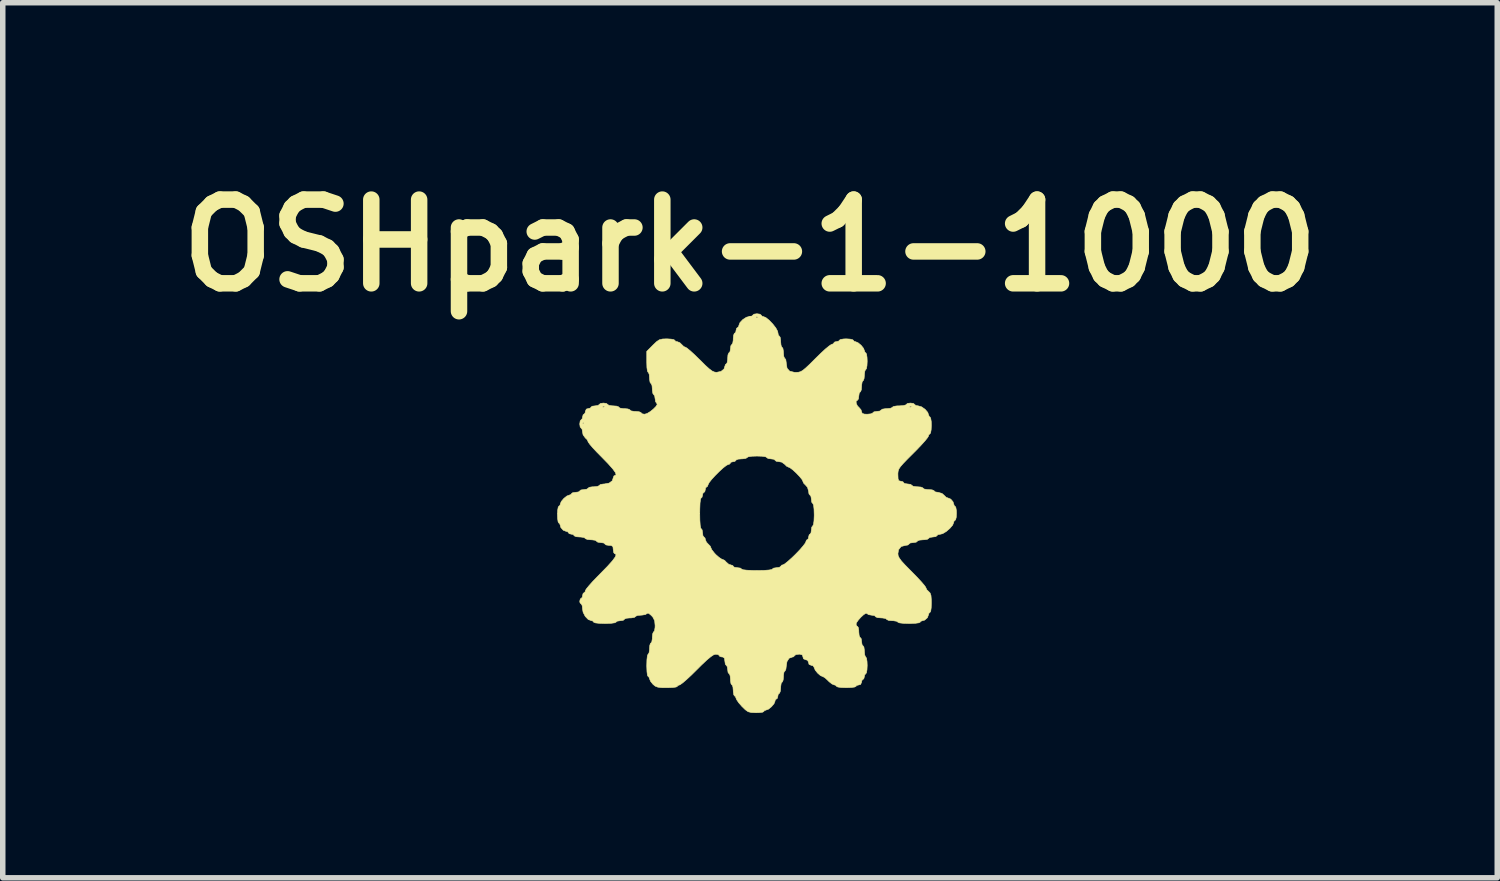
<source format=kicad_pcb>
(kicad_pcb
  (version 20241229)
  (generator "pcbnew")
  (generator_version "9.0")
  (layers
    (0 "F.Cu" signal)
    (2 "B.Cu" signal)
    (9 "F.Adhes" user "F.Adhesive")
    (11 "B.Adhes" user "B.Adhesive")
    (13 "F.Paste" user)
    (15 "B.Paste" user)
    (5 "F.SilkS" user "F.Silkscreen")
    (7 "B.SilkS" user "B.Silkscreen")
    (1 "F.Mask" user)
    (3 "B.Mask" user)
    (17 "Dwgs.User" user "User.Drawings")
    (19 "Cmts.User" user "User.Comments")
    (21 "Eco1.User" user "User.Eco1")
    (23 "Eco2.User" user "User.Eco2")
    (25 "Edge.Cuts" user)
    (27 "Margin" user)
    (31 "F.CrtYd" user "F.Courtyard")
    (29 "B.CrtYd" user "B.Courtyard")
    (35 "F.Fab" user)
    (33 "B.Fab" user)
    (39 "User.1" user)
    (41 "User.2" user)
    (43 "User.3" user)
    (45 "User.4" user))
  (footprint "OSHpark-1-1000"
    (layer "F.Cu")
    (at 10.653 6.268)
    (property "Reference" "OSHpark-1-1000" (at -0.05 -4.85 0) (layer "F.SilkS") (effects (font (size 1.524 1.524) (thickness 0.3))))
    (attr through_hole)
    (fp_poly (pts (xy 0.13 -3.599) (xy 0.152 -3.582) (xy 0.152 -3.581) (xy 0.173 -3.559) (xy 0.191 -3.556) (xy 0.238 -3.537) (xy 0.3 -3.487) (xy 0.364 -3.42) (xy 0.419 -3.35) (xy 0.452 -3.288) (xy 0.457 -3.265) (xy 0.466 -3.217) (xy 0.483 -3.2) (xy 0.499 -3.178) (xy 0.507 -3.122) (xy 0.508 -3.099) (xy 0.514 -3.035) (xy 0.528 -3) (xy 0.533 -2.997) (xy 0.549 -2.975) (xy 0.558 -2.918) (xy 0.559 -2.896) (xy 0.564 -2.832) (xy 0.579 -2.797) (xy 0.584 -2.794) (xy 0.601 -2.772) (xy 0.609 -2.717) (xy 0.61 -2.703) (xy 0.624 -2.615) (xy 0.671 -2.562) (xy 0.755 -2.541) (xy 0.786 -2.54) (xy 0.83 -2.542) (xy 0.869 -2.552) (xy 0.911 -2.576) (xy 0.963 -2.619) (xy 1.035 -2.686) (xy 1.134 -2.785) (xy 1.143 -2.794) (xy 1.237 -2.886) (xy 1.32 -2.963) (xy 1.387 -3.018) (xy 1.428 -3.046) (xy 1.434 -3.048) (xy 1.469 -3.061) (xy 1.473 -3.073) (xy 1.494 -3.094) (xy 1.524 -3.099) (xy 1.565 -3.109) (xy 1.575 -3.124) (xy 1.598 -3.139) (xy 1.656 -3.148) (xy 1.702 -3.15) (xy 1.774 -3.145) (xy 1.82 -3.133) (xy 1.829 -3.124) (xy 1.849 -3.102) (xy 1.868 -3.099) (xy 1.916 -3.079) (xy 1.972 -3.033) (xy 2.016 -2.978) (xy 2.032 -2.935) (xy 2.045 -2.9) (xy 2.057 -2.896) (xy 2.071 -2.872) (xy 2.08 -2.812) (xy 2.083 -2.743) (xy 2.079 -2.662) (xy 2.069 -2.607) (xy 2.057 -2.591) (xy 2.041 -2.568) (xy 2.033 -2.512) (xy 2.032 -2.489) (xy 2.026 -2.426) (xy 2.012 -2.39) (xy 2.007 -2.388) (xy 1.991 -2.365) (xy 1.982 -2.309) (xy 1.981 -2.286) (xy 1.976 -2.222) (xy 1.961 -2.187) (xy 1.956 -2.184) (xy 1.938 -2.162) (xy 1.93 -2.109) (xy 1.93 -2.108) (xy 1.923 -2.055) (xy 1.905 -2.032) (xy 1.905 -2.032) (xy 1.881 -2.014) (xy 1.884 -1.973) (xy 1.907 -1.927) (xy 1.93 -1.905) (xy 1.97 -1.859) (xy 1.981 -1.823) (xy 1.992 -1.793) (xy 2.033 -1.78) (xy 2.083 -1.778) (xy 2.146 -1.784) (xy 2.182 -1.798) (xy 2.184 -1.803) (xy 2.206 -1.821) (xy 2.26 -1.829) (xy 2.261 -1.829) (xy 2.314 -1.836) (xy 2.337 -1.854) (xy 2.337 -1.854) (xy 2.359 -1.87) (xy 2.416 -1.879) (xy 2.438 -1.88) (xy 2.502 -1.885) (xy 2.537 -1.899) (xy 2.54 -1.905) (xy 2.563 -1.919) (xy 2.578 -1.922) (xy 2.853 -1.922) (xy 2.857 -1.907) (xy 2.87 -1.905) (xy 2.891 -1.914) (xy 2.887 -1.922) (xy 2.857 -1.925) (xy 2.853 -1.922) (xy 2.578 -1.922) (xy 2.621 -1.929) (xy 2.667 -1.93) (xy 2.739 -1.935) (xy 2.785 -1.947) (xy 2.794 -1.956) (xy 2.816 -1.974) (xy 2.869 -1.981) (xy 2.87 -1.981) (xy 2.924 -1.974) (xy 2.946 -1.956) (xy 2.946 -1.956) (xy 2.968 -1.937) (xy 3.011 -1.93) (xy 3.073 -1.912) (xy 3.137 -1.867) (xy 3.185 -1.811) (xy 3.2 -1.766) (xy 3.214 -1.732) (xy 3.226 -1.727) (xy 3.239 -1.704) (xy 3.249 -1.644) (xy 3.251 -1.575) (xy 3.247 -1.494) (xy 3.237 -1.439) (xy 3.226 -1.422) (xy 3.203 -1.402) (xy 3.2 -1.383) (xy 3.183 -1.353) (xy 3.136 -1.294) (xy 3.064 -1.214) (xy 2.975 -1.121) (xy 2.921 -1.067) (xy 2.815 -0.961) (xy 2.74 -0.883) (xy 2.69 -0.826) (xy 2.661 -0.783) (xy 2.647 -0.745) (xy 2.642 -0.705) (xy 2.642 -0.674) (xy 2.645 -0.602) (xy 2.658 -0.568) (xy 2.688 -0.559) (xy 2.692 -0.559) (xy 2.734 -0.548) (xy 2.743 -0.533) (xy 2.765 -0.516) (xy 2.818 -0.508) (xy 2.819 -0.508) (xy 2.873 -0.501) (xy 2.896 -0.483) (xy 2.896 -0.483) (xy 2.918 -0.467) (xy 2.974 -0.458) (xy 2.997 -0.457) (xy 3.061 -0.452) (xy 3.096 -0.437) (xy 3.099 -0.432) (xy 3.121 -0.416) (xy 3.178 -0.407) (xy 3.2 -0.406) (xy 3.264 -0.401) (xy 3.299 -0.387) (xy 3.302 -0.381) (xy 3.324 -0.363) (xy 3.373 -0.356) (xy 3.444 -0.336) (xy 3.48 -0.305) (xy 3.521 -0.265) (xy 3.551 -0.254) (xy 3.603 -0.233) (xy 3.645 -0.184) (xy 3.658 -0.142) (xy 3.671 -0.107) (xy 3.683 -0.102) (xy 3.697 -0.079) (xy 3.707 -0.02) (xy 3.708 0.025) (xy 3.704 0.098) (xy 3.692 0.144) (xy 3.683 0.152) (xy 3.661 0.173) (xy 3.658 0.191) (xy 3.638 0.241) (xy 3.587 0.301) (xy 3.522 0.357) (xy 3.457 0.396) (xy 3.417 0.406) (xy 3.369 0.415) (xy 3.353 0.432) (xy 3.331 0.45) (xy 3.278 0.457) (xy 3.277 0.457) (xy 3.223 0.465) (xy 3.2 0.482) (xy 3.2 0.483) (xy 3.178 0.499) (xy 3.122 0.507) (xy 3.099 0.508) (xy 3.035 0.514) (xy 3 0.528) (xy 2.997 0.533) (xy 2.975 0.551) (xy 2.922 0.559) (xy 2.921 0.559) (xy 2.867 0.566) (xy 2.845 0.584) (xy 2.845 0.584) (xy 2.823 0.603) (xy 2.779 0.61) (xy 2.701 0.63) (xy 2.654 0.689) (xy 2.642 0.761) (xy 2.647 0.799) (xy 2.667 0.84) (xy 2.706 0.894) (xy 2.771 0.965) (xy 2.866 1.062) (xy 2.896 1.092) (xy 2.987 1.185) (xy 3.064 1.268) (xy 3.12 1.333) (xy 3.148 1.372) (xy 3.15 1.378) (xy 3.168 1.417) (xy 3.2 1.448) (xy 3.228 1.477) (xy 3.244 1.522) (xy 3.25 1.596) (xy 3.251 1.657) (xy 3.248 1.746) (xy 3.239 1.807) (xy 3.226 1.829) (xy 3.204 1.849) (xy 3.2 1.869) (xy 3.179 1.926) (xy 3.129 1.97) (xy 3.088 1.981) (xy 3.053 1.994) (xy 3.048 2.007) (xy 3.024 2.019) (xy 2.959 2.028) (xy 2.863 2.032) (xy 2.845 2.032) (xy 2.744 2.029) (xy 2.673 2.021) (xy 2.642 2.009) (xy 2.642 2.007) (xy 2.619 1.991) (xy 2.563 1.982) (xy 2.54 1.981) (xy 2.476 1.976) (xy 2.441 1.961) (xy 2.438 1.956) (xy 2.416 1.94) (xy 2.36 1.931) (xy 2.337 1.93) (xy 2.273 1.925) (xy 2.238 1.911) (xy 2.235 1.905) (xy 2.213 1.887) (xy 2.161 1.88) (xy 2.105 1.87) (xy 2.077 1.849) (xy 2.056 1.846) (xy 2.016 1.873) (xy 1.967 1.918) (xy 1.921 1.97) (xy 1.888 2.017) (xy 1.88 2.044) (xy 1.893 2.078) (xy 1.905 2.083) (xy 1.921 2.105) (xy 1.93 2.162) (xy 1.93 2.184) (xy 1.936 2.248) (xy 1.95 2.283) (xy 1.956 2.286) (xy 1.974 2.308) (xy 1.981 2.361) (xy 1.981 2.362) (xy 1.989 2.416) (xy 2.006 2.438) (xy 2.007 2.438) (xy 2.023 2.461) (xy 2.031 2.517) (xy 2.032 2.54) (xy 2.038 2.604) (xy 2.052 2.639) (xy 2.057 2.642) (xy 2.071 2.665) (xy 2.08 2.725) (xy 2.083 2.794) (xy 2.079 2.875) (xy 2.069 2.93) (xy 2.057 2.946) (xy 2.037 2.968) (xy 2.032 2.997) (xy 2.021 3.038) (xy 2.007 3.048) (xy 1.986 3.069) (xy 1.981 3.099) (xy 1.963 3.141) (xy 1.93 3.15) (xy 1.889 3.16) (xy 1.88 3.175) (xy 1.856 3.188) (xy 1.793 3.197) (xy 1.702 3.2) (xy 1.702 3.2) (xy 1.611 3.197) (xy 1.548 3.188) (xy 1.524 3.175) (xy 1.524 3.175) (xy 1.503 3.153) (xy 1.483 3.15) (xy 1.441 3.132) (xy 1.387 3.089) (xy 1.372 3.073) (xy 1.32 3.025) (xy 1.279 2.999) (xy 1.271 2.997) (xy 1.23 2.978) (xy 1.179 2.933) (xy 1.136 2.879) (xy 1.118 2.834) (xy 1.118 2.833) (xy 1.096 2.801) (xy 1.067 2.794) (xy 1.024 2.776) (xy 1.016 2.743) (xy 0.998 2.701) (xy 0.965 2.692) (xy 0.923 2.674) (xy 0.914 2.642) (xy 0.902 2.604) (xy 0.858 2.591) (xy 0.838 2.591) (xy 0.785 2.598) (xy 0.762 2.616) (xy 0.762 2.616) (xy 0.741 2.638) (xy 0.722 2.642) (xy 0.661 2.664) (xy 0.622 2.726) (xy 0.61 2.805) (xy 0.603 2.864) (xy 0.588 2.895) (xy 0.584 2.896) (xy 0.568 2.918) (xy 0.559 2.974) (xy 0.559 2.997) (xy 0.553 3.061) (xy 0.539 3.096) (xy 0.533 3.099) (xy 0.517 3.121) (xy 0.509 3.178) (xy 0.508 3.2) (xy 0.502 3.264) (xy 0.488 3.299) (xy 0.483 3.302) (xy 0.462 3.323) (xy 0.457 3.353) (xy 0.447 3.394) (xy 0.432 3.404) (xy 0.409 3.424) (xy 0.406 3.443) (xy 0.387 3.491) (xy 0.341 3.546) (xy 0.286 3.591) (xy 0.242 3.607) (xy 0.208 3.62) (xy 0.203 3.632) (xy 0.18 3.646) (xy 0.12 3.654) (xy 0.057 3.656) (xy -0.027 3.652) (xy -0.084 3.638) (xy -0.134 3.603) (xy -0.197 3.542) (xy -0.254 3.477) (xy -0.293 3.42) (xy -0.305 3.391) (xy -0.318 3.357) (xy -0.33 3.353) (xy -0.346 3.33) (xy -0.355 3.274) (xy -0.356 3.251) (xy -0.361 3.188) (xy -0.375 3.152) (xy -0.381 3.15) (xy -0.397 3.127) (xy -0.406 3.071) (xy -0.406 3.048) (xy -0.412 2.984) (xy -0.426 2.949) (xy -0.432 2.946) (xy -0.45 2.924) (xy -0.457 2.871) (xy -0.457 2.87) (xy -0.465 2.817) (xy -0.482 2.794) (xy -0.483 2.794) (xy -0.5 2.772) (xy -0.508 2.719) (xy -0.508 2.718) (xy -0.516 2.662) (xy -0.546 2.642) (xy -0.559 2.642) (xy -0.6 2.631) (xy -0.61 2.616) (xy -0.631 2.597) (xy -0.674 2.591) (xy -0.711 2.601) (xy -0.763 2.635) (xy -0.836 2.696) (xy -0.935 2.789) (xy -1.016 2.87) (xy -1.114 2.967) (xy -1.202 3.049) (xy -1.273 3.11) (xy -1.32 3.144) (xy -1.333 3.15) (xy -1.367 3.163) (xy -1.372 3.175) (xy -1.395 3.188) (xy -1.459 3.197) (xy -1.554 3.2) (xy -1.563 3.2) (xy -1.665 3.199) (xy -1.731 3.19) (xy -1.776 3.172) (xy -1.814 3.141) (xy -1.817 3.138) (xy -1.86 3.085) (xy -1.879 3.039) (xy -1.88 3.036) (xy -1.893 3.002) (xy -1.905 2.997) (xy -1.918 2.973) (xy -1.926 2.909) (xy -1.93 2.812) (xy -1.93 2.794) (xy -1.927 2.693) (xy -1.919 2.623) (xy -1.907 2.591) (xy -1.905 2.591) (xy -1.889 2.568) (xy -1.88 2.512) (xy -1.88 2.489) (xy -1.874 2.426) (xy -1.86 2.39) (xy -1.854 2.388) (xy -1.838 2.365) (xy -1.829 2.309) (xy -1.829 2.286) (xy -1.823 2.222) (xy -1.809 2.187) (xy -1.803 2.184) (xy -1.788 2.162) (xy -1.779 2.104) (xy -1.778 2.069) (xy -1.786 1.982) (xy -1.817 1.919) (xy -1.846 1.886) (xy -1.896 1.845) (xy -1.922 1.845) (xy -1.924 1.849) (xy -1.954 1.869) (xy -2.016 1.879) (xy -2.034 1.88) (xy -2.097 1.885) (xy -2.131 1.9) (xy -2.134 1.905) (xy -2.156 1.921) (xy -2.212 1.93) (xy -2.235 1.93) (xy -2.299 1.936) (xy -2.334 1.95) (xy -2.337 1.956) (xy -2.359 1.974) (xy -2.412 1.981) (xy -2.413 1.981) (xy -2.467 1.989) (xy -2.489 2.006) (xy -2.489 2.007) (xy -2.513 2.019) (xy -2.578 2.028) (xy -2.674 2.032) (xy -2.692 2.032) (xy -2.793 2.029) (xy -2.864 2.021) (xy -2.895 2.009) (xy -2.896 2.007) (xy -2.916 1.984) (xy -2.935 1.981) (xy -2.995 1.959) (xy -3.05 1.902) (xy -3.089 1.826) (xy -3.099 1.766) (xy -3.105 1.707) (xy -3.121 1.677) (xy -3.124 1.676) (xy -3.145 1.655) (xy -3.15 1.626) (xy -3.139 1.584) (xy -3.124 1.575) (xy -3.104 1.554) (xy -3.099 1.524) (xy -3.088 1.483) (xy -3.073 1.473) (xy -3.051 1.453) (xy -3.048 1.434) (xy -3.031 1.404) (xy -2.983 1.345) (xy -2.912 1.265) (xy -2.822 1.172) (xy -2.769 1.118) (xy -2.643 0.989) (xy -2.555 0.891) (xy -2.504 0.821) (xy -2.488 0.779) (xy -2.507 0.762) (xy -2.515 0.762) (xy -2.532 0.74) (xy -2.54 0.687) (xy -2.54 0.686) (xy -2.546 0.632) (xy -2.576 0.612) (xy -2.616 0.61) (xy -2.67 0.602) (xy -2.692 0.585) (xy -2.692 0.584) (xy -2.714 0.566) (xy -2.768 0.559) (xy -2.769 0.559) (xy -2.822 0.551) (xy -2.845 0.534) (xy -2.845 0.533) (xy -2.867 0.517) (xy -2.924 0.509) (xy -2.946 0.508) (xy -3.01 0.502) (xy -3.045 0.488) (xy -3.048 0.483) (xy -3.071 0.467) (xy -3.127 0.458) (xy -3.15 0.457) (xy -3.213 0.452) (xy -3.249 0.437) (xy -3.251 0.432) (xy -3.272 0.411) (xy -3.302 0.406) (xy -3.343 0.396) (xy -3.353 0.381) (xy -3.373 0.359) (xy -3.393 0.356) (xy -3.45 0.334) (xy -3.494 0.284) (xy -3.505 0.243) (xy -3.518 0.208) (xy -3.531 0.203) (xy -3.544 0.18) (xy -3.553 0.12) (xy -3.556 0.051) (xy -3.555 0.025) (xy -0.965 0.025) (xy -0.963 0.151) (xy -0.957 0.244) (xy -0.947 0.296) (xy -0.94 0.305) (xy -0.922 0.327) (xy -0.914 0.38) (xy -0.914 0.381) (xy -0.907 0.435) (xy -0.889 0.457) (xy -0.889 0.457) (xy -0.868 0.478) (xy -0.864 0.502) (xy -0.844 0.551) (xy -0.813 0.584) (xy -0.773 0.625) (xy -0.762 0.654) (xy -0.745 0.69) (xy -0.702 0.745) (xy -0.674 0.776) (xy -0.616 0.827) (xy -0.568 0.859) (xy -0.553 0.864) (xy -0.513 0.882) (xy -0.483 0.914) (xy -0.437 0.954) (xy -0.401 0.965) (xy -0.363 0.977) (xy -0.356 0.991) (xy -0.334 1.008) (xy -0.28 1.016) (xy -0.279 1.016) (xy -0.226 1.023) (xy -0.203 1.041) (xy -0.203 1.041) (xy -0.179 1.053) (xy -0.11 1.061) (xy -0.004 1.066) (xy 0.076 1.067) (xy 0.202 1.065) (xy 0.295 1.058) (xy 0.346 1.049) (xy 0.356 1.041) (xy 0.378 1.024) (xy 0.431 1.016) (xy 0.432 1.016) (xy 0.485 1.009) (xy 0.508 0.991) (xy 0.508 0.991) (xy 0.529 0.968) (xy 0.547 0.965) (xy 0.58 0.948) (xy 0.638 0.902) (xy 0.714 0.834) (xy 0.775 0.775) (xy 0.854 0.693) (xy 0.916 0.621) (xy 0.956 0.568) (xy 0.965 0.547) (xy 0.979 0.512) (xy 0.991 0.508) (xy 1.011 0.487) (xy 1.016 0.457) (xy 1.027 0.416) (xy 1.041 0.406) (xy 1.059 0.384) (xy 1.067 0.331) (xy 1.067 0.33) (xy 1.074 0.277) (xy 1.092 0.254) (xy 1.092 0.254) (xy 1.105 0.23) (xy 1.114 0.165) (xy 1.118 0.069) (xy 1.118 0.051) (xy 1.115 -0.05) (xy 1.107 -0.121) (xy 1.094 -0.152) (xy 1.092 -0.152) (xy 1.074 -0.174) (xy 1.067 -0.228) (xy 1.067 -0.229) (xy 1.059 -0.282) (xy 1.042 -0.305) (xy 1.041 -0.305) (xy 1.023 -0.327) (xy 1.016 -0.375) (xy 0.997 -0.446) (xy 0.965 -0.483) (xy 0.926 -0.523) (xy 0.914 -0.552) (xy 0.897 -0.589) (xy 0.852 -0.644) (xy 0.792 -0.707) (xy 0.73 -0.764) (xy 0.678 -0.803) (xy 0.654 -0.813) (xy 0.615 -0.832) (xy 0.584 -0.864) (xy 0.528 -0.905) (xy 0.477 -0.914) (xy 0.426 -0.922) (xy 0.406 -0.94) (xy 0.384 -0.958) (xy 0.331 -0.965) (xy 0.33 -0.965) (xy 0.277 -0.973) (xy 0.254 -0.99) (xy 0.254 -0.991) (xy 0.231 -1.004) (xy 0.168 -1.013) (xy 0.076 -1.016) (xy 0.076 -1.016) (xy -0.015 -1.013) (xy -0.078 -1.004) (xy -0.102 -0.991) (xy -0.102 -0.991) (xy -0.124 -0.975) (xy -0.18 -0.966) (xy -0.203 -0.965) (xy -0.267 -0.96) (xy -0.302 -0.945) (xy -0.305 -0.94) (xy -0.326 -0.919) (xy -0.356 -0.914) (xy -0.397 -0.904) (xy -0.406 -0.889) (xy -0.427 -0.867) (xy -0.445 -0.864) (xy -0.481 -0.846) (xy -0.54 -0.8) (xy -0.611 -0.735) (xy -0.684 -0.662) (xy -0.749 -0.591) (xy -0.795 -0.532) (xy -0.813 -0.496) (xy -0.813 -0.496) (xy -0.826 -0.462) (xy -0.838 -0.457) (xy -0.859 -0.436) (xy -0.864 -0.406) (xy -0.874 -0.365) (xy -0.889 -0.356) (xy -0.91 -0.334) (xy -0.914 -0.305) (xy -0.925 -0.264) (xy -0.94 -0.254) (xy -0.951 -0.23) (xy -0.96 -0.161) (xy -0.964 -0.055) (xy -0.965 0.025) (xy -3.555 0.025) (xy -3.552 -0.03) (xy -3.542 -0.085) (xy -3.531 -0.102) (xy -3.508 -0.122) (xy -3.505 -0.141) (xy -3.486 -0.189) (xy -3.44 -0.244) (xy -3.384 -0.289) (xy -3.341 -0.305) (xy -3.307 -0.318) (xy -3.302 -0.33) (xy -3.28 -0.348) (xy -3.227 -0.356) (xy -3.226 -0.356) (xy -3.172 -0.363) (xy -3.15 -0.381) (xy -3.15 -0.381) (xy -3.128 -0.399) (xy -3.074 -0.406) (xy -3.073 -0.406) (xy -3.02 -0.414) (xy -2.997 -0.431) (xy -2.997 -0.432) (xy -2.975 -0.448) (xy -2.918 -0.457) (xy -2.896 -0.457) (xy -2.832 -0.463) (xy -2.797 -0.477) (xy -2.794 -0.483) (xy -2.772 -0.499) (xy -2.717 -0.508) (xy -2.703 -0.508) (xy -2.615 -0.524) (xy -2.558 -0.566) (xy -2.54 -0.62) (xy -2.527 -0.655) (xy -2.515 -0.66) (xy -2.489 -0.673) (xy -2.499 -0.714) (xy -2.548 -0.782) (xy -2.634 -0.879) (xy -2.743 -0.991) (xy -2.835 -1.084) (xy -2.912 -1.166) (xy -2.967 -1.231) (xy -2.995 -1.27) (xy -2.997 -1.276) (xy -3.016 -1.316) (xy -3.048 -1.346) (xy -3.089 -1.403) (xy -3.099 -1.453) (xy -3.107 -1.504) (xy -3.124 -1.524) (xy -3.142 -1.546) (xy -3.15 -1.599) (xy -3.15 -1.6) (xy -3.148 -1.613) (xy -3.099 -1.613) (xy -3.086 -1.6) (xy -3.073 -1.613) (xy -3.086 -1.626) (xy -3.099 -1.613) (xy -3.148 -1.613) (xy -3.142 -1.654) (xy -3.125 -1.676) (xy -3.124 -1.676) (xy -3.104 -1.698) (xy -3.099 -1.727) (xy -3.088 -1.768) (xy -3.073 -1.778) (xy -3.053 -1.799) (xy -3.048 -1.829) (xy -3.03 -1.871) (xy -2.997 -1.88) (xy -2.956 -1.89) (xy -2.946 -1.905) (xy -2.925 -1.922) (xy -2.735 -1.922) (xy -2.731 -1.907) (xy -2.718 -1.905) (xy -2.697 -1.914) (xy -2.701 -1.922) (xy -2.731 -1.925) (xy -2.735 -1.922) (xy -2.925 -1.922) (xy -2.924 -1.923) (xy -2.871 -1.93) (xy -2.87 -1.93) (xy -2.817 -1.938) (xy -2.794 -1.955) (xy -2.794 -1.956) (xy -2.772 -1.974) (xy -2.719 -1.981) (xy -2.718 -1.981) (xy -2.664 -1.974) (xy -2.642 -1.956) (xy -2.642 -1.956) (xy -2.619 -1.94) (xy -2.563 -1.931) (xy -2.54 -1.93) (xy -2.476 -1.925) (xy -2.441 -1.911) (xy -2.438 -1.905) (xy -2.416 -1.889) (xy -2.36 -1.88) (xy -2.337 -1.88) (xy -2.273 -1.874) (xy -2.238 -1.86) (xy -2.235 -1.854) (xy -2.213 -1.838) (xy -2.156 -1.829) (xy -2.134 -1.829) (xy -2.07 -1.823) (xy -2.035 -1.809) (xy -2.032 -1.803) (xy -2.01 -1.784) (xy -1.968 -1.778) (xy -1.922 -1.792) (xy -1.866 -1.826) (xy -1.81 -1.871) (xy -1.764 -1.917) (xy -1.74 -1.955) (xy -1.747 -1.975) (xy -1.769 -2.005) (xy -1.778 -2.06) (xy -1.786 -2.112) (xy -1.803 -2.134) (xy -1.819 -2.156) (xy -1.828 -2.212) (xy -1.829 -2.235) (xy -1.834 -2.299) (xy -1.849 -2.334) (xy -1.854 -2.337) (xy -1.87 -2.359) (xy -1.879 -2.416) (xy -1.88 -2.438) (xy -1.885 -2.502) (xy -1.899 -2.537) (xy -1.905 -2.54) (xy -1.918 -2.564) (xy -1.927 -2.628) (xy -1.93 -2.722) (xy -1.93 -2.731) (xy -1.93 -2.922) (xy -1.817 -3.036) (xy -1.751 -3.099) (xy -1.7 -3.133) (xy -1.644 -3.147) (xy -1.565 -3.15) (xy -1.563 -3.15) (xy -1.486 -3.145) (xy -1.435 -3.135) (xy -1.422 -3.124) (xy -1.401 -3.103) (xy -1.377 -3.099) (xy -1.328 -3.08) (xy -1.295 -3.048) (xy -1.255 -3.009) (xy -1.225 -2.997) (xy -1.196 -2.98) (xy -1.139 -2.933) (xy -1.062 -2.863) (xy -0.975 -2.778) (xy -0.965 -2.769) (xy -0.866 -2.67) (xy -0.793 -2.604) (xy -0.739 -2.564) (xy -0.696 -2.545) (xy -0.66 -2.54) (xy -0.578 -2.557) (xy -0.524 -2.601) (xy -0.508 -2.652) (xy -0.495 -2.687) (xy -0.483 -2.692) (xy -0.467 -2.715) (xy -0.458 -2.771) (xy -0.457 -2.794) (xy -0.452 -2.858) (xy -0.437 -2.893) (xy -0.432 -2.896) (xy -0.414 -2.918) (xy -0.406 -2.971) (xy -0.406 -2.972) (xy -0.399 -3.025) (xy -0.381 -3.048) (xy -0.381 -3.048) (xy -0.365 -3.071) (xy -0.356 -3.127) (xy -0.356 -3.15) (xy -0.35 -3.213) (xy -0.336 -3.249) (xy -0.33 -3.251) (xy -0.31 -3.272) (xy -0.305 -3.302) (xy -0.294 -3.343) (xy -0.279 -3.353) (xy -0.257 -3.373) (xy -0.254 -3.392) (xy -0.233 -3.446) (xy -0.181 -3.501) (xy -0.116 -3.543) (xy -0.098 -3.548) (xy 0.059 -3.548) (xy 0.063 -3.532) (xy 0.076 -3.531) (xy 0.097 -3.54) (xy 0.093 -3.548) (xy 0.063 -3.551) (xy 0.059 -3.548) (xy -0.098 -3.548) (xy -0.065 -3.556) (xy -0.016 -3.565) (xy 0 -3.581) (xy 0.022 -3.599) (xy 0.075 -3.607) (xy 0.076 -3.607) (xy 0.13 -3.599)) (stroke (width 0.01) (type solid)) (fill yes) (layer "F.SilkS")))
  (gr_rect
    (start -3 -3)
    (end 24.205 12.929)
    (stroke (width 0.1) (type default))
    (fill no)
    (layer "Edge.Cuts")))
</source>
